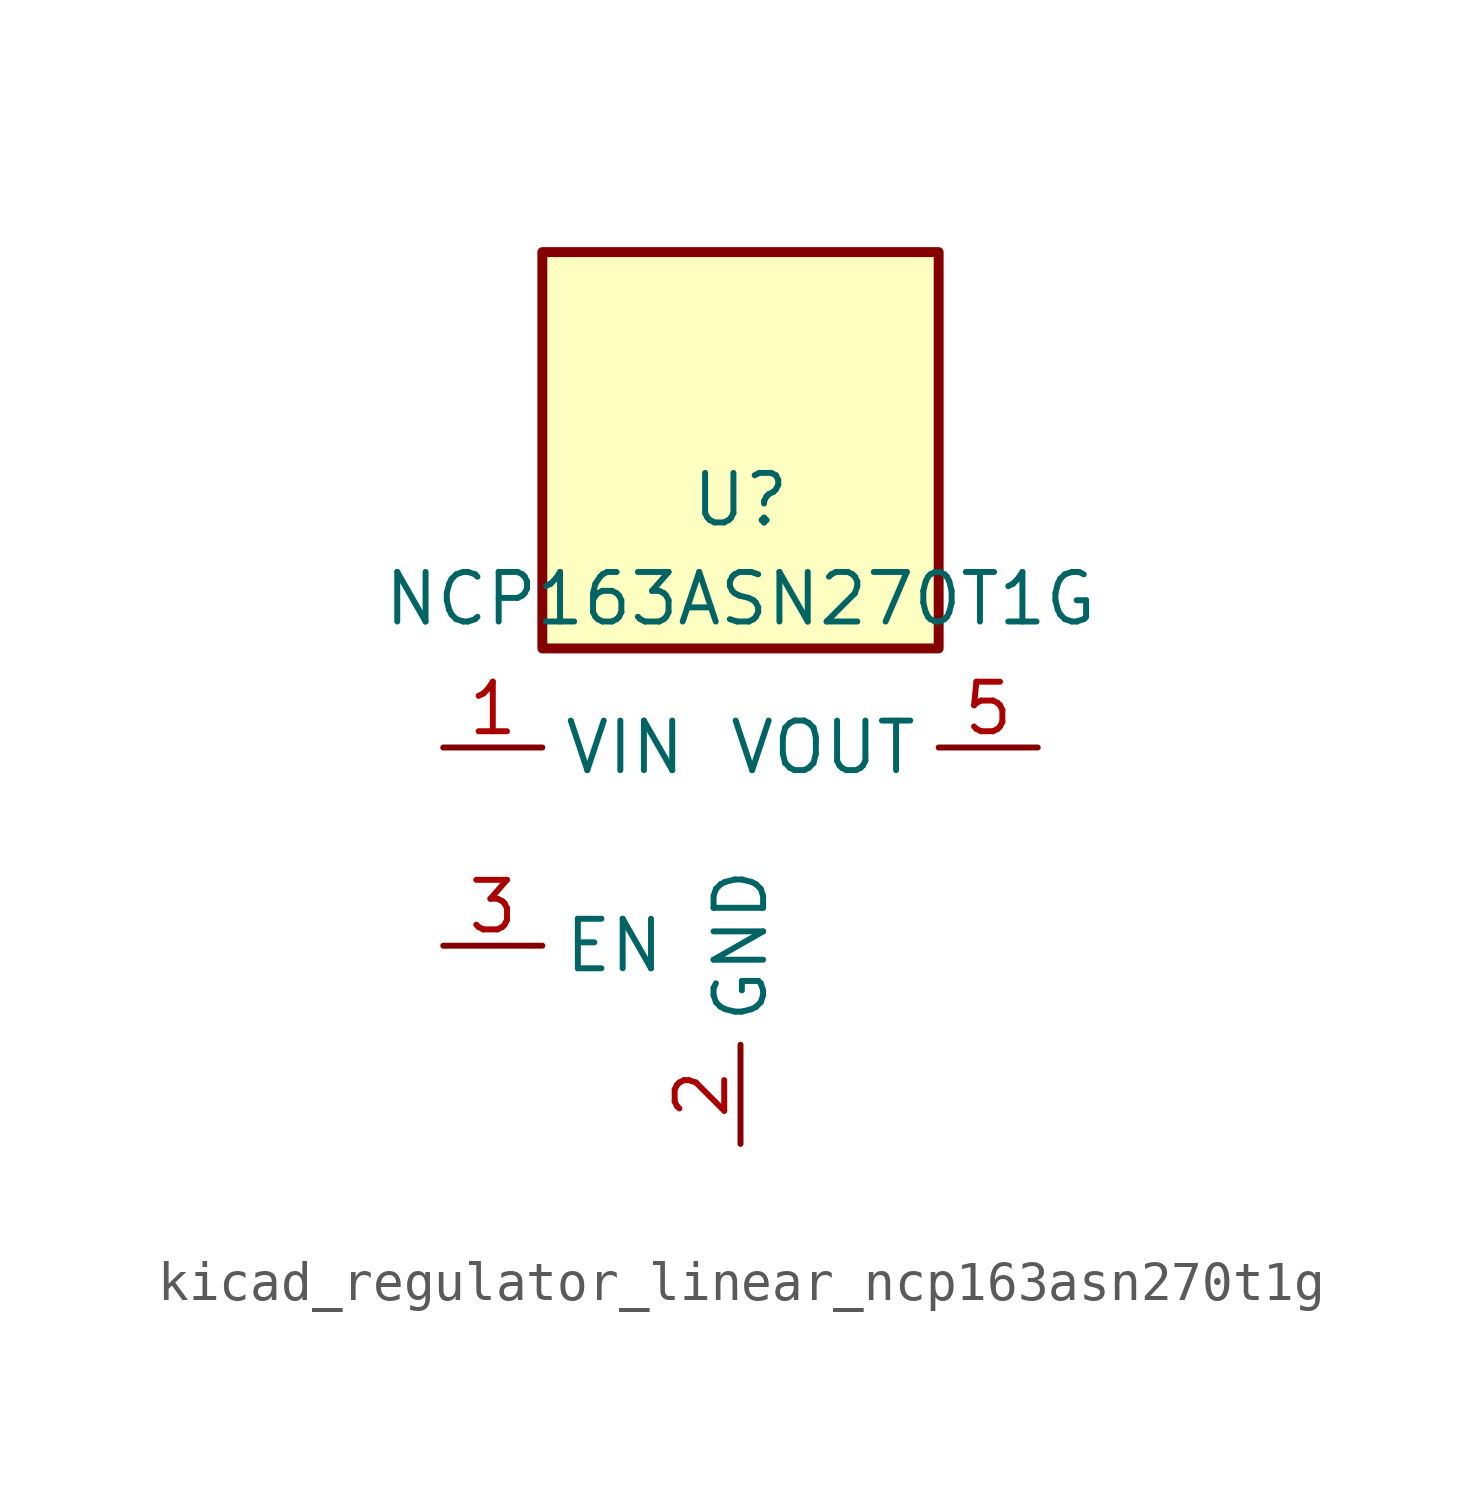
<source format=kicad_sym>
(kicad_symbol_lib
  (version 20220914)
  (generator kicad_symbol_editor)
  (symbol "kicad_regulator_linear_ncp163asn270t1g"
    (property "Reference" "U"
      (at 0 8.89 0)
      (effects (font (size 1.27 1.27))))
    (property "Value" "NCP163ASN270T1G"
      (at 0 6.35 0)
      (effects (font (size 1.27 1.27))))
    (symbol "kicad_regulator_linear_ncp163asn270t1g_0_1"
      (rectangle (start 5.08 15.24) (end -5.08 5.08) (stroke (width 0.254) (type default)) (fill (type background))))
    (symbol "kicad_regulator_linear_ncp163asn270t1g_1_1"
      (pin power_in line (at -7.62 2.54 0) (length 2.54) (name "VIN" (effects (font (size 1.27 1.27)))) (number "1" (effects (font (size 1.27 1.27)))))
      (pin power_in line (at 0 -7.62 90) (length 2.54) (name "GND" (effects (font (size 1.27 1.27)))) (number "2" (effects (font (size 1.27 1.27)))))
      (pin input line (at -7.62 -2.54 0) (length 2.54) (name "EN" (effects (font (size 1.27 1.27)))) (number "3" (effects (font (size 1.27 1.27)))))
      (pin no_connect line (at 5.08 -2.54 180) (length 2.54) hide (name "NC" (effects (font (size 1.27 1.27)))) (number "4" (effects (font (size 1.27 1.27)))))
      (pin power_out line (at 7.62 2.54 180) (length 2.54) (name "VOUT" (effects (font (size 1.27 1.27)))) (number "5" (effects (font (size 1.27 1.27))))))))
</source>
